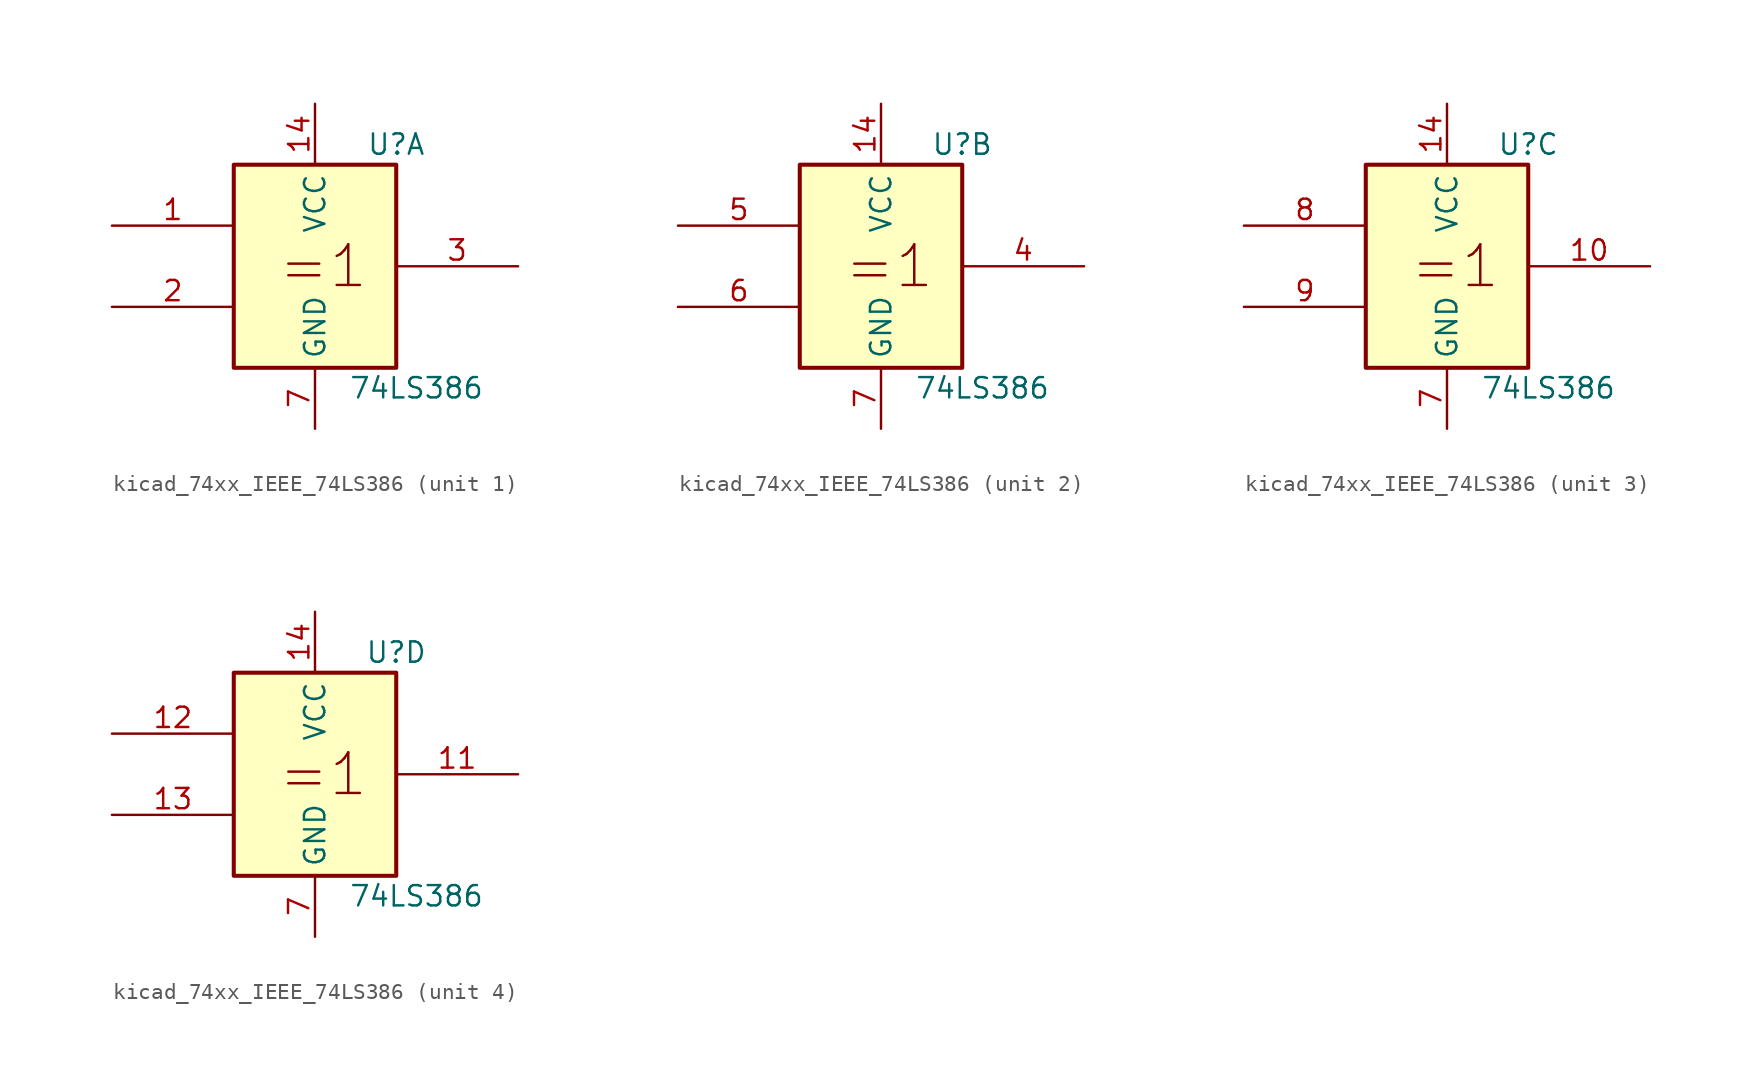
<source format=kicad_sym>
(kicad_symbol_lib
  (version 20220914)
  (generator kicad_symbol_editor)
  (symbol "kicad_74xx_IEEE_74LS386"
    (property "Reference" "U"
      (at 5.08 7.62 0)
      (effects (font (size 1.27 1.27))))
    (property "Value" "74LS386"
      (at 6.35 -7.62 0)
      (effects (font (size 1.27 1.27))))
    (symbol "kicad_74xx_IEEE_74LS386_0_1"
      (rectangle (start -5.08 6.35) (end 5.08 -6.35) (stroke (width 0.254) (type default)) (fill (type background)))
      (text "=1" (at 0.508 0 0) (effects (font (size 2.54 2.54))))
      (pin power_in line (at 0 10.16 270) (length 3.81) (name "VCC" (effects (font (size 1.27 1.27)))) (number "14" (effects (font (size 1.27 1.27)))))
      (pin power_in line (at 0 -10.16 90) (length 3.81) (name "GND" (effects (font (size 1.27 1.27)))) (number "7" (effects (font (size 1.27 1.27))))))
    (symbol "kicad_74xx_IEEE_74LS386_1_1"
      (pin input line (at -12.7 2.54 0) (length 7.62) (name "~" (effects (font (size 1.27 1.27)))) (number "1" (effects (font (size 1.27 1.27)))))
      (pin input line (at -12.7 -2.54 0) (length 7.62) (name "~" (effects (font (size 1.27 1.27)))) (number "2" (effects (font (size 1.27 1.27)))))
      (pin output line (at 12.7 0 180) (length 7.62) (name "~" (effects (font (size 1.27 1.27)))) (number "3" (effects (font (size 1.27 1.27))))))
    (symbol "kicad_74xx_IEEE_74LS386_2_1"
      (pin output line (at 12.7 0 180) (length 7.62) (name "~" (effects (font (size 1.27 1.27)))) (number "4" (effects (font (size 1.27 1.27)))))
      (pin input line (at -12.7 2.54 0) (length 7.62) (name "~" (effects (font (size 1.27 1.27)))) (number "5" (effects (font (size 1.27 1.27)))))
      (pin input line (at -12.7 -2.54 0) (length 7.62) (name "~" (effects (font (size 1.27 1.27)))) (number "6" (effects (font (size 1.27 1.27))))))
    (symbol "kicad_74xx_IEEE_74LS386_3_1"
      (pin output line (at 12.7 0 180) (length 7.62) (name "~" (effects (font (size 1.27 1.27)))) (number "10" (effects (font (size 1.27 1.27)))))
      (pin input line (at -12.7 2.54 0) (length 7.62) (name "~" (effects (font (size 1.27 1.27)))) (number "8" (effects (font (size 1.27 1.27)))))
      (pin input line (at -12.7 -2.54 0) (length 7.62) (name "~" (effects (font (size 1.27 1.27)))) (number "9" (effects (font (size 1.27 1.27))))))
    (symbol "kicad_74xx_IEEE_74LS386_4_1"
      (pin output line (at 12.7 0 180) (length 7.62) (name "~" (effects (font (size 1.27 1.27)))) (number "11" (effects (font (size 1.27 1.27)))))
      (pin input line (at -12.7 2.54 0) (length 7.62) (name "~" (effects (font (size 1.27 1.27)))) (number "12" (effects (font (size 1.27 1.27)))))
      (pin input line (at -12.7 -2.54 0) (length 7.62) (name "~" (effects (font (size 1.27 1.27)))) (number "13" (effects (font (size 1.27 1.27))))))))
</source>
